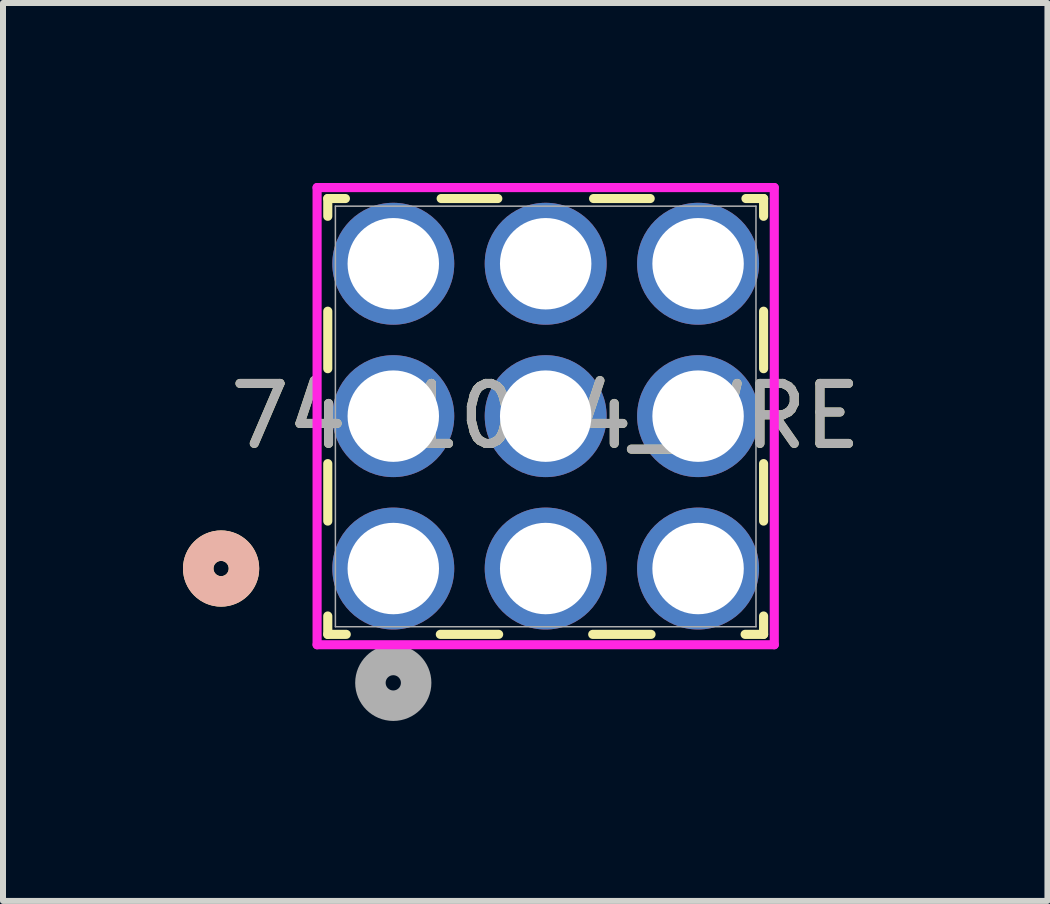
<source format=kicad_pcb>
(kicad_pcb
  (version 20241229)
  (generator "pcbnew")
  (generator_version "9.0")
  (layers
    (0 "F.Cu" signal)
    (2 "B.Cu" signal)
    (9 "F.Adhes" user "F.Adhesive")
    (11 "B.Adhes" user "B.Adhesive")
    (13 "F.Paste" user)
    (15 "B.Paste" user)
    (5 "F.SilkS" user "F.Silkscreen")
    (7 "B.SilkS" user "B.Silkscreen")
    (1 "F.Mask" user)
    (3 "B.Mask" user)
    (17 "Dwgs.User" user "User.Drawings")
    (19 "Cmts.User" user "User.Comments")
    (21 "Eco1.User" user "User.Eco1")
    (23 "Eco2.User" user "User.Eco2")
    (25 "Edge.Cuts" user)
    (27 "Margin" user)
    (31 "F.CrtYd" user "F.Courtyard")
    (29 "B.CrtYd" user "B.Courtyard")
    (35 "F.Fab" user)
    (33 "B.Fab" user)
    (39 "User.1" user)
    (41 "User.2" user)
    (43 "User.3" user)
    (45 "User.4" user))
  (footprint "7461094_WRE"
    (layer "F.Cu")
    (at 3.505 6.426)
    (property "Reference" "7461094_WRE" (at 2.54 -2.54 0) (unlocked yes) (layer "F.SilkS") (effects (font (size 1 1) (thickness 0.15))))
    (attr through_hole)
    (fp_line (start -1.092 -6.167) (end -1.092 -5.871) (stroke (width 0.152) (type solid)) (layer "F.SilkS"))
    (fp_line (start -1.092 -4.289) (end -1.092 -3.331) (stroke (width 0.152) (type solid)) (layer "F.SilkS"))
    (fp_line (start -1.092 -1.749) (end -1.092 -0.791) (stroke (width 0.152) (type solid)) (layer "F.SilkS"))
    (fp_line (start -1.092 0.791) (end -1.092 1.097) (stroke (width 0.152) (type solid)) (layer "F.SilkS"))
    (fp_line (start -1.092 1.097) (end -0.784 1.097) (stroke (width 0.152) (type solid)) (layer "F.SilkS"))
    (fp_line (start -0.798 -6.167) (end -1.092 -6.167) (stroke (width 0.152) (type solid)) (layer "F.SilkS"))
    (fp_line (start 0.784 1.097) (end 1.756 1.097) (stroke (width 0.152) (type solid)) (layer "F.SilkS"))
    (fp_line (start 1.742 -6.167) (end 0.798 -6.167) (stroke (width 0.152) (type solid)) (layer "F.SilkS"))
    (fp_line (start 3.324 1.097) (end 4.296 1.097) (stroke (width 0.152) (type solid)) (layer "F.SilkS"))
    (fp_line (start 4.282 -6.167) (end 3.338 -6.167) (stroke (width 0.152) (type solid)) (layer "F.SilkS"))
    (fp_line (start 5.864 1.097) (end 6.172 1.097) (stroke (width 0.152) (type solid)) (layer "F.SilkS"))
    (fp_line (start 6.172 -6.167) (end 5.878 -6.167) (stroke (width 0.152) (type solid)) (layer "F.SilkS"))
    (fp_line (start 6.172 -5.871) (end 6.172 -6.167) (stroke (width 0.152) (type solid)) (layer "F.SilkS"))
    (fp_line (start 6.172 -3.331) (end 6.172 -4.289) (stroke (width 0.152) (type solid)) (layer "F.SilkS"))
    (fp_line (start 6.172 -0.791) (end 6.172 -1.749) (stroke (width 0.152) (type solid)) (layer "F.SilkS"))
    (fp_line (start 6.172 1.097) (end 6.172 0.791) (stroke (width 0.152) (type solid)) (layer "F.SilkS"))
    (fp_circle (center -2.87 0) (end -2.489 0) (stroke (width 0.508) (type solid)) (fill no) (layer "F.SilkS"))
    (fp_circle (center -2.87 0) (end -2.489 0) (stroke (width 0.508) (type solid)) (fill no) (layer "B.SilkS"))
    (fp_line (start -1.27 -6.35) (end -1.27 1.27) (stroke (width 0.152) (type solid)) (layer "F.CrtYd"))
    (fp_line (start -1.27 1.27) (end 6.35 1.27) (stroke (width 0.152) (type solid)) (layer "F.CrtYd"))
    (fp_line (start 6.35 -6.35) (end -1.27 -6.35) (stroke (width 0.152) (type solid)) (layer "F.CrtYd"))
    (fp_line (start 6.35 1.27) (end 6.35 -6.35) (stroke (width 0.152) (type solid)) (layer "F.CrtYd"))
    (fp_line (start -0.965 -6.04) (end -0.965 0.97) (stroke (width 0.025) (type solid)) (layer "F.Fab"))
    (fp_line (start -0.965 0.97) (end 6.045 0.97) (stroke (width 0.025) (type solid)) (layer "F.Fab"))
    (fp_line (start 6.045 -6.04) (end -0.965 -6.04) (stroke (width 0.025) (type solid)) (layer "F.Fab"))
    (fp_line (start 6.045 0.97) (end 6.045 -6.04) (stroke (width 0.025) (type solid)) (layer "F.Fab"))
    (fp_circle (center 0 1.905) (end 0.381 1.905) (stroke (width 0.508) (type solid)) (fill no) (layer "F.Fab"))
    (fp_text user "${REFERENCE}" (at 2.54 -2.54 0) (unlocked yes) (layer "F.Fab") (effects (font (size 1 1) (thickness 0.15))))
    (pad "1" thru_hole circle (at 0 0) (size 2.032 2.032) (drill 1.524) (layers "*.Cu" "*.Mask"))
    (pad "2" thru_hole circle (at 2.54 0) (size 2.032 2.032) (drill 1.524) (layers "*.Cu" "*.Mask"))
    (pad "3" thru_hole circle (at 5.08 0) (size 2.032 2.032) (drill 1.524) (layers "*.Cu" "*.Mask"))
    (pad "4" thru_hole circle (at 0 -2.54) (size 2.032 2.032) (drill 1.524) (layers "*.Cu" "*.Mask"))
    (pad "5" thru_hole circle (at 2.54 -2.54) (size 2.032 2.032) (drill 1.524) (layers "*.Cu" "*.Mask"))
    (pad "6" thru_hole circle (at 5.08 -2.54) (size 2.032 2.032) (drill 1.524) (layers "*.Cu" "*.Mask"))
    (pad "7" thru_hole circle (at 0 -5.08) (size 2.032 2.032) (drill 1.524) (layers "*.Cu" "*.Mask"))
    (pad "8" thru_hole circle (at 2.54 -5.08) (size 2.032 2.032) (drill 1.524) (layers "*.Cu" "*.Mask"))
    (pad "9" thru_hole circle (at 5.08 -5.08) (size 2.032 2.032) (drill 1.524) (layers "*.Cu" "*.Mask")))
  (gr_rect
    (start -3 -3)
    (end 14.408 11.966)
    (stroke (width 0.1) (type default))
    (fill no)
    (layer "Edge.Cuts")))
</source>
